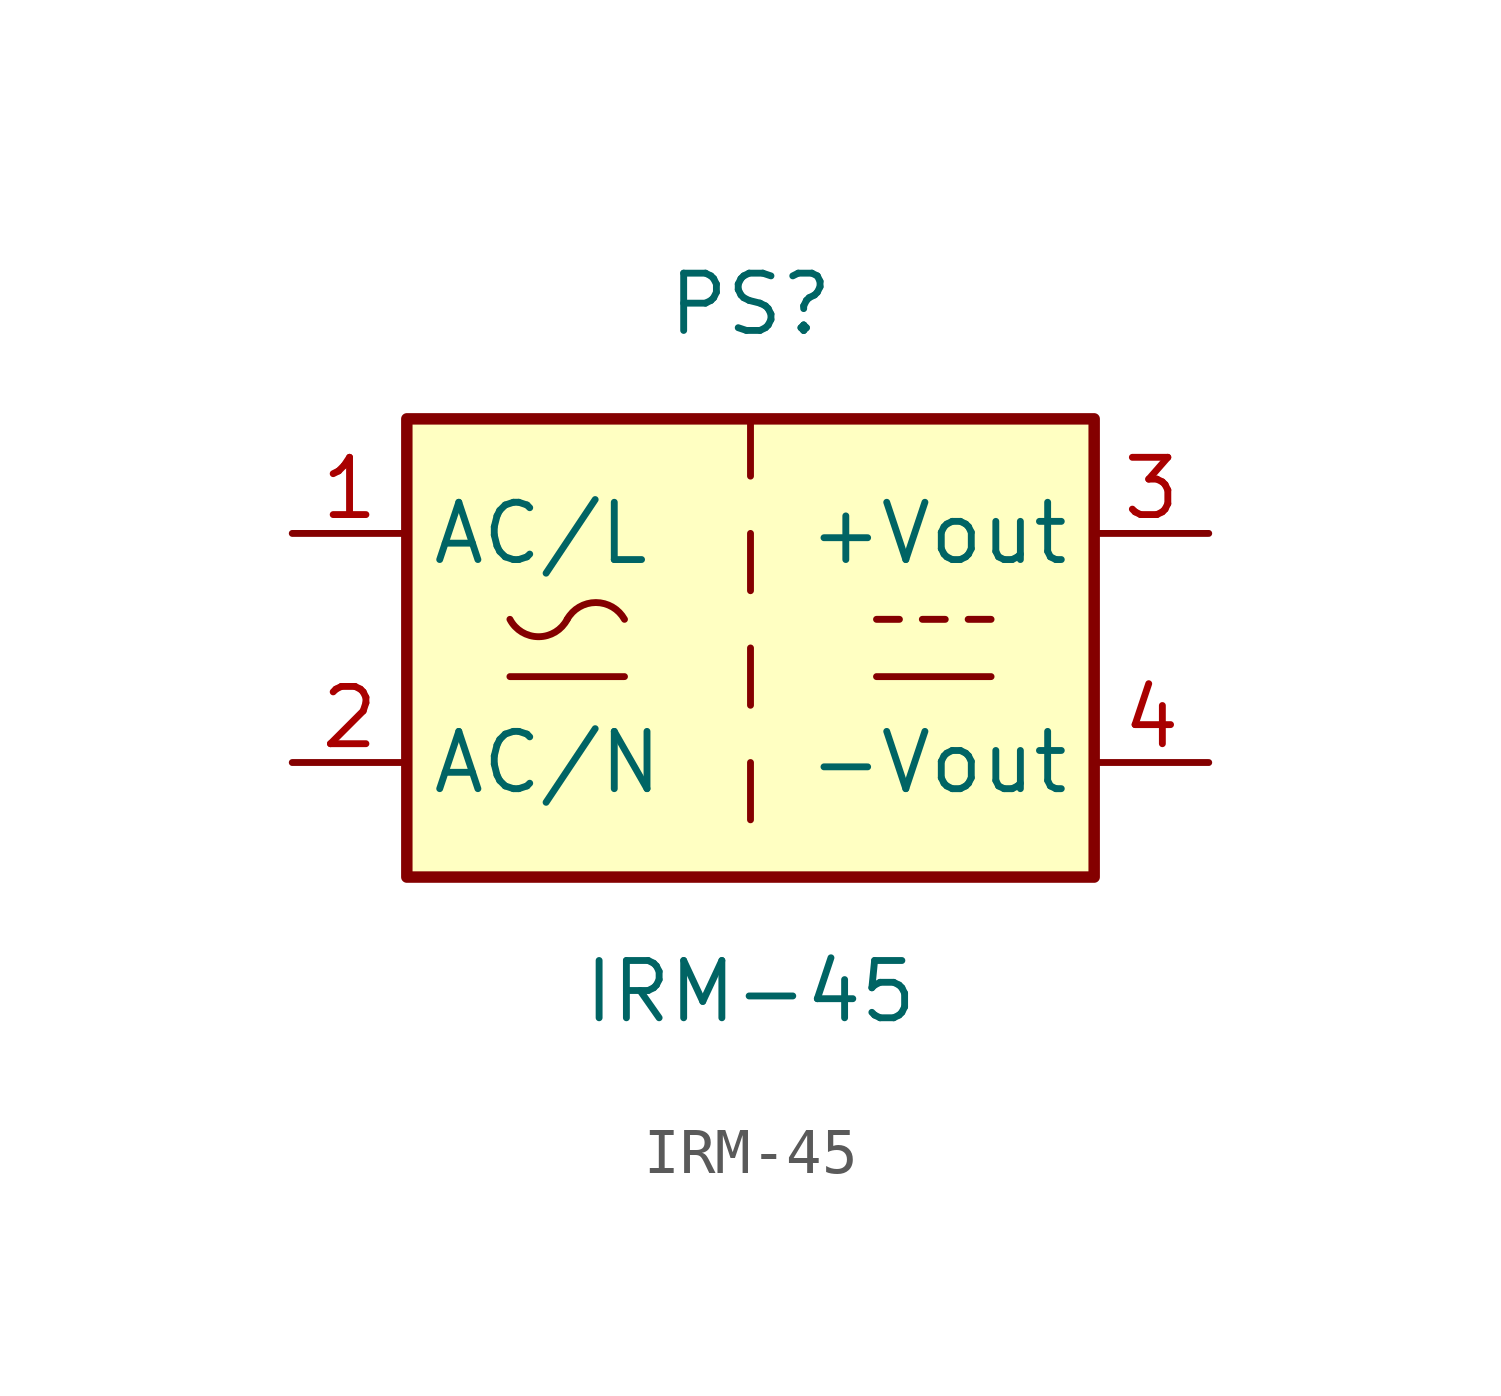
<source format=kicad_sym>
(kicad_symbol_lib
  (version 20241209)
  (generator "kicad_symbol_editor")
  (generator_version "9.0")
  (symbol "IRM-45"
    (property "Reference" "PS"
      (at 0 7.62 0)
      (effects (font (size 1.27 1.27))))
    (property "Value" "IRM-45"
      (at 0 -7.62 0)
      (effects (font (size 1.27 1.27))))
    (symbol "IRM-45_1_1"
      (rectangle (start -7.62 5.08) (end 7.62 -5.08) (stroke (width 0.254) (type default)) (fill (type background)))
      (polyline (pts (xy -5.334 -0.635) (xy -2.794 -0.635)) (stroke (width 0) (type default)) (fill (type none)))
      (arc (start -4.064 0.635) (mid -4.699 0.2495) (end -5.334 0.635) (stroke (width 0) (type default)) (fill (type none)))
      (arc (start -4.064 0.635) (mid -3.429 1.0072) (end -2.794 0.635) (stroke (width 0) (type default)) (fill (type none)))
      (polyline (pts (xy 0 5.08) (xy 0 3.81)) (stroke (width 0) (type default)) (fill (type none)))
      (polyline (pts (xy 0 2.54) (xy 0 1.27)) (stroke (width 0) (type default)) (fill (type none)))
      (polyline (pts (xy 0 0) (xy 0 -1.27)) (stroke (width 0) (type default)) (fill (type none)))
      (polyline (pts (xy 0 -2.54) (xy 0 -3.81)) (stroke (width 0) (type default)) (fill (type none)))
      (polyline (pts (xy 2.794 0.635) (xy 3.302 0.635)) (stroke (width 0) (type default)) (fill (type none)))
      (polyline (pts (xy 2.794 -0.635) (xy 5.334 -0.635)) (stroke (width 0) (type default)) (fill (type none)))
      (polyline (pts (xy 3.81 0.635) (xy 4.318 0.635)) (stroke (width 0) (type default)) (fill (type none)))
      (polyline (pts (xy 4.826 0.635) (xy 5.334 0.635)) (stroke (width 0) (type default)) (fill (type none)))
      (pin power_in line (at -10.16 2.54 0) (length 2.54) (name "AC/L" (effects (font (size 1.27 1.27)))) (number "1" (effects (font (size 1.27 1.27)))))
      (pin power_in line (at -10.16 -2.54 0) (length 2.54) (name "AC/N" (effects (font (size 1.27 1.27)))) (number "2" (effects (font (size 1.27 1.27)))))
      (pin power_out line (at 10.16 2.54 180) (length 2.54) (name "+Vout" (effects (font (size 1.27 1.27)))) (number "3" (effects (font (size 1.27 1.27)))))
      (pin power_out line (at 10.16 -2.54 180) (length 2.54) (name "-Vout" (effects (font (size 1.27 1.27)))) (number "4" (effects (font (size 1.27 1.27))))))))
</source>
